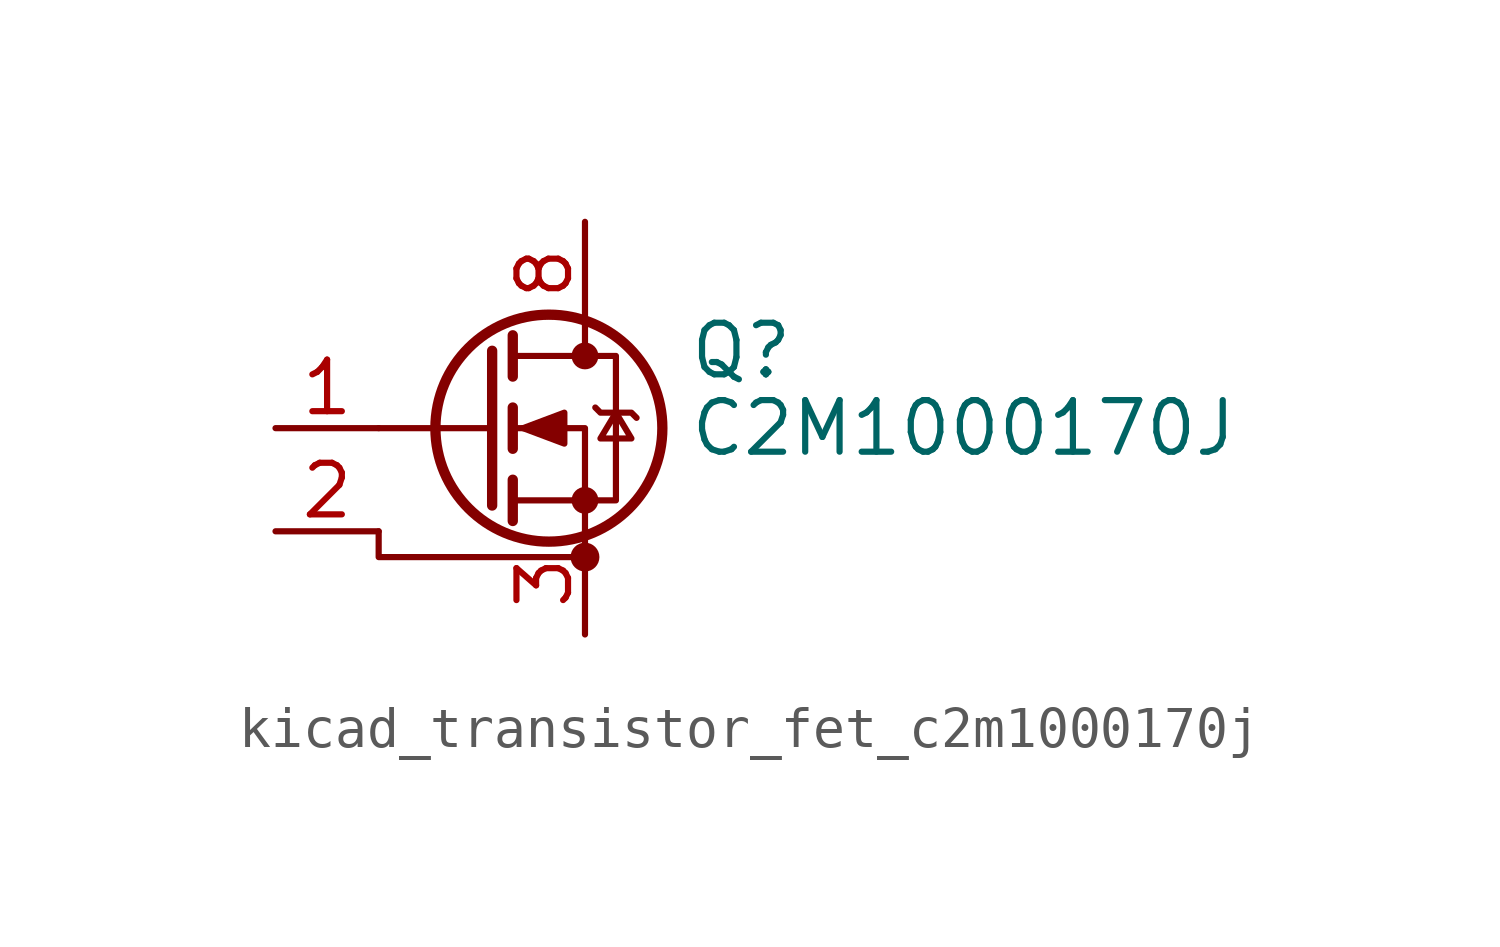
<source format=kicad_sym>
(kicad_symbol_lib
  (version 20220914)
  (generator kicad_symbol_editor)
  (symbol "kicad_transistor_fet_c2m1000170j"
    (pin_names hide)
    (property "Reference" "Q"
      (at 5.08 1.905 0)
      (effects (font (size 1.27 1.27)) (justify left)))
    (property "Value" "C2M1000170J"
      (at 5.08 0 0)
      (effects (font (size 1.27 1.27)) (justify left)))
    (symbol "kicad_transistor_fet_c2m1000170j_0_1"
      (polyline (pts (xy 0.254 0) (xy -2.54 0)) (stroke (width 0) (type default)) (fill (type none)))
      (polyline (pts (xy 0.254 1.905) (xy 0.254 -1.905)) (stroke (width 0.254) (type default)) (fill (type none)))
      (polyline (pts (xy 0.762 -1.27) (xy 0.762 -2.286)) (stroke (width 0.254) (type default)) (fill (type none)))
      (polyline (pts (xy 0.762 0.508) (xy 0.762 -0.508)) (stroke (width 0.254) (type default)) (fill (type none)))
      (polyline (pts (xy 0.762 2.286) (xy 0.762 1.27)) (stroke (width 0.254) (type default)) (fill (type none)))
      (polyline (pts (xy 2.54 2.54) (xy 2.54 1.778)) (stroke (width 0) (type default)) (fill (type none)))
      (polyline (pts (xy -2.54 -2.54) (xy -2.54 -3.175) (xy 2.54 -3.175)) (stroke (width 0) (type default)) (fill (type none)))
      (polyline (pts (xy 2.54 -2.54) (xy 2.54 0) (xy 0.762 0)) (stroke (width 0) (type default)) (fill (type none)))
      (polyline (pts (xy 0.762 -1.778) (xy 3.302 -1.778) (xy 3.302 1.778) (xy 0.762 1.778)) (stroke (width 0) (type default)) (fill (type none)))
      (polyline (pts (xy 1.016 0) (xy 2.032 0.381) (xy 2.032 -0.381) (xy 1.016 0)) (stroke (width 0) (type default)) (fill (type outline)))
      (polyline (pts (xy 2.794 0.508) (xy 2.921 0.381) (xy 3.683 0.381) (xy 3.81 0.254)) (stroke (width 0) (type default)) (fill (type none)))
      (polyline (pts (xy 3.302 0.381) (xy 2.921 -0.254) (xy 3.683 -0.254) (xy 3.302 0.381)) (stroke (width 0) (type default)) (fill (type none)))
      (circle (center 1.651 0) (radius 2.794) (stroke (width 0.254) (type default)) (fill (type none)))
      (circle (center 2.54 -3.175) (radius 0.279) (stroke (width 0) (type default)) (fill (type outline)))
      (circle (center 2.54 -1.778) (radius 0.254) (stroke (width 0) (type default)) (fill (type outline)))
      (circle (center 2.54 1.778) (radius 0.254) (stroke (width 0) (type default)) (fill (type outline))))
    (symbol "kicad_transistor_fet_c2m1000170j_1_1"
      (pin input line (at -5.08 0 0) (length 2.54) (name "G" (effects (font (size 1.27 1.27)))) (number "1" (effects (font (size 1.27 1.27)))))
      (pin passive line (at -5.08 -2.54 0) (length 2.54) (name "DS" (effects (font (size 1.27 1.27)))) (number "2" (effects (font (size 1.27 1.27)))))
      (pin passive line (at 2.54 -5.08 90) (length 2.54) (name "S" (effects (font (size 1.27 1.27)))) (number "3" (effects (font (size 1.27 1.27)))))
      (pin passive line (at 2.54 -5.08 90) (length 2.54) hide (name "S" (effects (font (size 1.27 1.27)))) (number "4" (effects (font (size 1.27 1.27)))))
      (pin passive line (at 2.54 -5.08 90) (length 2.54) hide (name "S" (effects (font (size 1.27 1.27)))) (number "5" (effects (font (size 1.27 1.27)))))
      (pin passive line (at 2.54 -5.08 90) (length 2.54) hide (name "S" (effects (font (size 1.27 1.27)))) (number "6" (effects (font (size 1.27 1.27)))))
      (pin passive line (at 2.54 -5.08 90) (length 2.54) hide (name "S" (effects (font (size 1.27 1.27)))) (number "7" (effects (font (size 1.27 1.27)))))
      (pin passive line (at 2.54 5.08 270) (length 2.54) (name "D" (effects (font (size 1.27 1.27)))) (number "8" (effects (font (size 1.27 1.27))))))))
</source>
